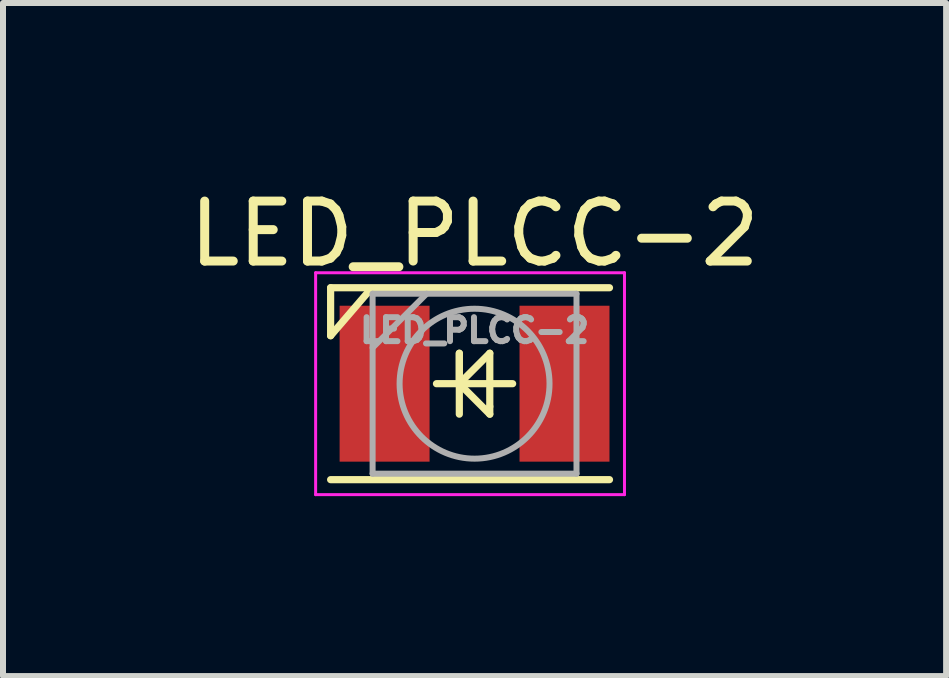
<source format=kicad_pcb>
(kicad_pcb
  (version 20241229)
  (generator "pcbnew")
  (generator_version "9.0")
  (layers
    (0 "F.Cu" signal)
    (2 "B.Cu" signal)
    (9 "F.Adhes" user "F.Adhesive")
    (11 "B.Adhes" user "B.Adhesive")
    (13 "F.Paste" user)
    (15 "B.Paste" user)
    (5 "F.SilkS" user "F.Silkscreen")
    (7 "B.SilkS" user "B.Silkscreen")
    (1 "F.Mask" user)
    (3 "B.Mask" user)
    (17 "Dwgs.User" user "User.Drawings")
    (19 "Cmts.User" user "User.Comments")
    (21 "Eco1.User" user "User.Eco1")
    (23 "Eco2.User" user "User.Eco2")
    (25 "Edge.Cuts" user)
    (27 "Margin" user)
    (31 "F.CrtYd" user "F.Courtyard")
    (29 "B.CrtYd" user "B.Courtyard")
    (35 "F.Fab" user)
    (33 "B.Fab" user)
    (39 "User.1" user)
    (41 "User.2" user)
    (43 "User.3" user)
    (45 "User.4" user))
  (footprint "LED_PLCC-2"
    (layer "F.Cu")
    (at 4.863 3.348)
    (property "Reference" "LED_PLCC-2" (at 0 -2.5 0) (layer "F.SilkS") (effects (font (size 1 1) (thickness 0.15))))
    (attr smd)
    (fp_line (start -2.4 -1.6) (end -2.4 -0.8) (stroke (width 0.12) (type solid)) (layer "F.SilkS"))
    (fp_line (start -2.4 -0.8) (end -1.778 -1.524) (stroke (width 0.12) (type solid)) (layer "F.SilkS"))
    (fp_line (start -0.254 -0.508) (end -0.254 0.508) (stroke (width 0.12) (type solid)) (layer "F.SilkS"))
    (fp_line (start -0.254 0) (end -0.254 -0.508) (stroke (width 0.12) (type solid)) (layer "F.SilkS"))
    (fp_line (start -0.254 0) (end 0.254 -0.508) (stroke (width 0.12) (type solid)) (layer "F.SilkS"))
    (fp_line (start 0.254 -0.508) (end 0.254 0.381) (stroke (width 0.12) (type solid)) (layer "F.SilkS"))
    (fp_line (start 0.254 0.381) (end 0.254 0.508) (stroke (width 0.12) (type solid)) (layer "F.SilkS"))
    (fp_line (start 0.254 0.508) (end -0.254 0) (stroke (width 0.12) (type solid)) (layer "F.SilkS"))
    (fp_line (start 0.635 0) (end -0.635 0) (stroke (width 0.12) (type solid)) (layer "F.SilkS"))
    (fp_line (start 2.25 -1.6) (end -2.4 -1.6) (stroke (width 0.12) (type solid)) (layer "F.SilkS"))
    (fp_line (start 2.25 1.6) (end -2.4 1.6) (stroke (width 0.12) (type solid)) (layer "F.SilkS"))
    (fp_line (start -2.65 -1.85) (end 2.5 -1.85) (stroke (width 0.05) (type solid)) (layer "F.CrtYd"))
    (fp_line (start -2.65 1.85) (end -2.65 -1.85) (stroke (width 0.05) (type solid)) (layer "F.CrtYd"))
    (fp_line (start 2.5 -1.85) (end 2.5 1.85) (stroke (width 0.05) (type solid)) (layer "F.CrtYd"))
    (fp_line (start 2.5 1.85) (end -2.65 1.85) (stroke (width 0.05) (type solid)) (layer "F.CrtYd"))
    (fp_line (start -1.7 -1.5) (end -1.7 1.5) (stroke (width 0.1) (type solid)) (layer "F.Fab"))
    (fp_line (start -1.7 -0.6) (end -0.8 -1.5) (stroke (width 0.1) (type solid)) (layer "F.Fab"))
    (fp_line (start -1.7 1.5) (end 1.7 1.5) (stroke (width 0.1) (type solid)) (layer "F.Fab"))
    (fp_line (start 1.7 -1.5) (end -1.7 -1.5) (stroke (width 0.1) (type solid)) (layer "F.Fab"))
    (fp_line (start 1.7 1.5) (end 1.7 -1.5) (stroke (width 0.1) (type solid)) (layer "F.Fab"))
    (fp_circle (center 0 0) (end 0 -1.25) (stroke (width 0.1) (type solid)) (fill no) (layer "F.Fab"))
    (fp_text user "${REFERENCE}" (at 0 -0.889 0) (layer "F.Fab") (effects (font (size 0.4 0.4) (thickness 0.1))))
    (pad "1" smd rect (at -1.5 0) (size 1.5 2.6) (layers "F.Cu" "F.Mask" "F.Paste"))
    (pad "2" smd rect (at 1.5 0) (size 1.5 2.6) (layers "F.Cu" "F.Mask" "F.Paste")))
  (gr_rect
    (start -3 -3)
    (end 12.726 8.223)
    (stroke (width 0.1) (type default))
    (fill no)
    (layer "Edge.Cuts")))
</source>
